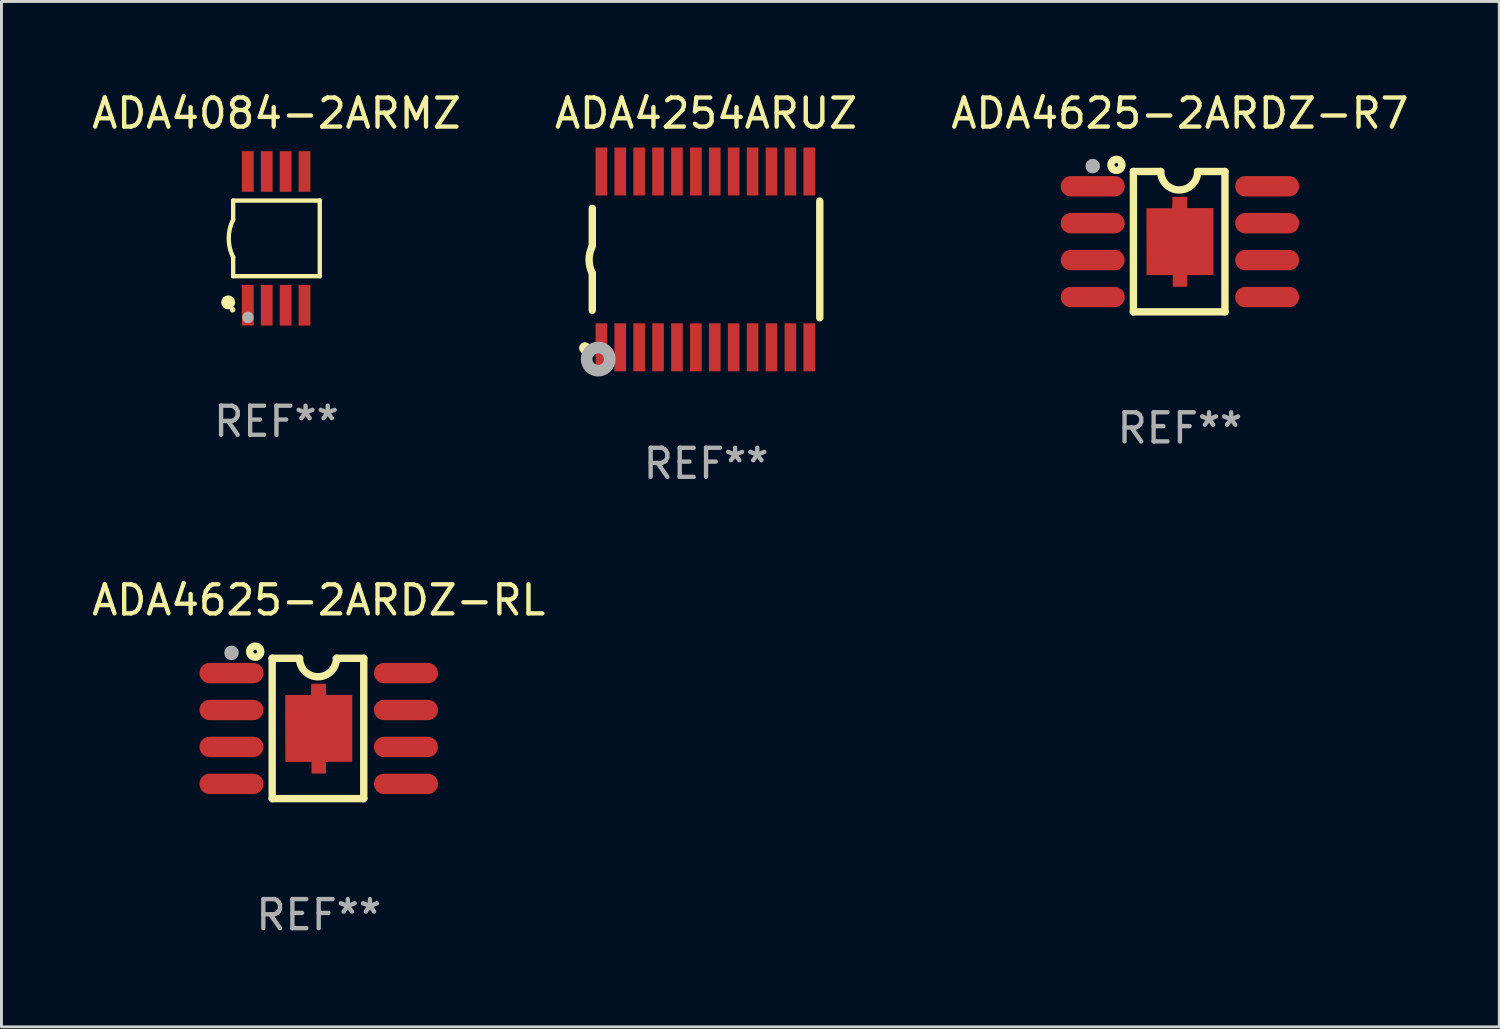
<source format=kicad_pcb>
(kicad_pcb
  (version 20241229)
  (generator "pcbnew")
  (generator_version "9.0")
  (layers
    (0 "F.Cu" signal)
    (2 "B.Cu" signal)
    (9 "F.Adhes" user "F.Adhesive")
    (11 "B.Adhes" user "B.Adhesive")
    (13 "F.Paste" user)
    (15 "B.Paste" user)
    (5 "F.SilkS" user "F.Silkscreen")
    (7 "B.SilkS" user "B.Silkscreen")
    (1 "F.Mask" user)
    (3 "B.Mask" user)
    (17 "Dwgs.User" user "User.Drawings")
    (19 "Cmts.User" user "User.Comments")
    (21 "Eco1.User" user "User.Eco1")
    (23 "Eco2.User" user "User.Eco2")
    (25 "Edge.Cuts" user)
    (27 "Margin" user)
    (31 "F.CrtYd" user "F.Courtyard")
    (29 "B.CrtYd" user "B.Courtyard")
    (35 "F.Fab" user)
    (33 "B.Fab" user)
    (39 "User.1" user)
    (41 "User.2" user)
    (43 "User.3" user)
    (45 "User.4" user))
  (footprint "ADA4625-2ARDZ-R7"
    (layer "F.Cu")
    (at 37.53 5.261)
    (property "Reference" "ADA4625-2ARDZ-R7" (at 0 -4.413 0) (layer "F.SilkS") (effects (font (size 1 1) (thickness 0.15))))
    (attr through_hole)
    (fp_line (start -1.6 -2.413) (end -1.6 2.413) (stroke (width 0.254) (type solid)) (layer "F.SilkS"))
    (fp_line (start -1.6 2.413) (end 1.549 2.413) (stroke (width 0.254) (type solid)) (layer "F.SilkS"))
    (fp_line (start -0.66 -2.413) (end -1.6 -2.413) (stroke (width 0.254) (type solid)) (layer "F.SilkS"))
    (fp_line (start 1.549 -2.413) (end 0.61 -2.413) (stroke (width 0.254) (type solid)) (layer "F.SilkS"))
    (fp_line (start 1.549 2.413) (end 1.549 -2.413) (stroke (width 0.254) (type solid)) (layer "F.SilkS"))
    (fp_arc (start 0.609601 -2.413005) (mid -0.0254 -1.778004) (end -0.660401 -2.413005) (stroke (width 0.254001) (type solid)) (layer "F.SilkS"))
    (fp_circle (center -3 -2.45) (end -2.97 -2.45) (stroke (width 0.06) (type solid)) (fill no) (layer "F.SilkS"))
    (fp_circle (center -2.184 -2.642) (end -1.994 -2.642) (stroke (width 0.254) (type solid)) (fill no) (layer "F.SilkS"))
    (fp_circle (center -3 -2.6) (end -2.875 -2.6) (stroke (width 0.25) (type solid)) (fill no) (layer "F.Fab"))
    (fp_text user "REF**" (at 0 6.413 0) (layer "F.Fab") (effects (font (size 1 1) (thickness 0.15))))
    (pad "1" smd oval (at -3 -1.905) (size 2.2 0.7) (layers "F.Cu" "F.Mask" "F.Paste"))
    (pad "2" smd oval (at -3 -0.635) (size 2.2 0.7) (layers "F.Cu" "F.Mask" "F.Paste"))
    (pad "3" smd oval (at -3 0.635) (size 2.2 0.7) (layers "F.Cu" "F.Mask" "F.Paste"))
    (pad "4" smd oval (at -3 1.905) (size 2.2 0.7) (layers "F.Cu" "F.Mask" "F.Paste"))
    (pad "5" smd oval (at 3 1.905) (size 2.2 0.7) (layers "F.Cu" "F.Mask" "F.Paste"))
    (pad "6" smd oval (at 3 0.635) (size 2.2 0.7) (layers "F.Cu" "F.Mask" "F.Paste"))
    (pad "7" smd oval (at 3 -0.635) (size 2.2 0.7) (layers "F.Cu" "F.Mask" "F.Paste"))
    (pad "8" smd oval (at 3 -1.905) (size 2.2 0.7) (layers "F.Cu" "F.Mask" "F.Paste"))
    (pad "9" smd custom (at 0.001 0.005) (size 2.305 3.092) (layers "F.Cu" "F.Mask" "F.Paste") (options (anchor circle)) (primitives (gr_poly (pts (xy -1.153 -1.156) (xy -0.269 -1.156) (xy -0.259 -1.546) (xy 0.244 -1.546) (xy 0.249 -1.161) (xy 1.152 -1.161) (xy 1.152 1.141) (xy 0.247 1.145) (xy 0.247 1.544) (xy -0.247 1.546) (xy -0.25 1.146) (xy -0.251 1.145) (xy -1.148 1.145)) (width 0) (fill yes)))))
  (footprint "ADA4625-2ARDZ-RL"
    (layer "F.Cu")
    (at 7.911 22.003)
    (property "Reference" "ADA4625-2ARDZ-RL" (at 0 -4.413 0) (layer "F.SilkS") (effects (font (size 1 1) (thickness 0.15))))
    (attr through_hole)
    (fp_line (start -1.6 -2.413) (end -1.6 2.413) (stroke (width 0.254) (type solid)) (layer "F.SilkS"))
    (fp_line (start -1.6 2.413) (end 1.549 2.413) (stroke (width 0.254) (type solid)) (layer "F.SilkS"))
    (fp_line (start -0.66 -2.413) (end -1.6 -2.413) (stroke (width 0.254) (type solid)) (layer "F.SilkS"))
    (fp_line (start 1.549 -2.413) (end 0.61 -2.413) (stroke (width 0.254) (type solid)) (layer "F.SilkS"))
    (fp_line (start 1.549 2.413) (end 1.549 -2.413) (stroke (width 0.254) (type solid)) (layer "F.SilkS"))
    (fp_arc (start 0.609601 -2.413005) (mid -0.0254 -1.778004) (end -0.660401 -2.413005) (stroke (width 0.254001) (type solid)) (layer "F.SilkS"))
    (fp_circle (center -3 -2.45) (end -2.97 -2.45) (stroke (width 0.06) (type solid)) (fill no) (layer "F.SilkS"))
    (fp_circle (center -2.184 -2.642) (end -1.994 -2.642) (stroke (width 0.254) (type solid)) (fill no) (layer "F.SilkS"))
    (fp_circle (center -3 -2.6) (end -2.875 -2.6) (stroke (width 0.25) (type solid)) (fill no) (layer "F.Fab"))
    (fp_text user "REF**" (at 0 6.413 0) (layer "F.Fab") (effects (font (size 1 1) (thickness 0.15))))
    (pad "1" smd oval (at -3 -1.905) (size 2.2 0.7) (layers "F.Cu" "F.Mask" "F.Paste"))
    (pad "2" smd oval (at -3 -0.635) (size 2.2 0.7) (layers "F.Cu" "F.Mask" "F.Paste"))
    (pad "3" smd oval (at -3 0.635) (size 2.2 0.7) (layers "F.Cu" "F.Mask" "F.Paste"))
    (pad "4" smd oval (at -3 1.905) (size 2.2 0.7) (layers "F.Cu" "F.Mask" "F.Paste"))
    (pad "5" smd oval (at 3 1.905) (size 2.2 0.7) (layers "F.Cu" "F.Mask" "F.Paste"))
    (pad "6" smd oval (at 3 0.635) (size 2.2 0.7) (layers "F.Cu" "F.Mask" "F.Paste"))
    (pad "7" smd oval (at 3 -0.635) (size 2.2 0.7) (layers "F.Cu" "F.Mask" "F.Paste"))
    (pad "8" smd oval (at 3 -1.905) (size 2.2 0.7) (layers "F.Cu" "F.Mask" "F.Paste"))
    (pad "9" smd custom (at 0.001 0.005) (size 2.305 3.092) (layers "F.Cu" "F.Mask" "F.Paste") (options (anchor circle)) (primitives (gr_poly (pts (xy -1.153 -1.156) (xy -0.269 -1.156) (xy -0.259 -1.546) (xy 0.244 -1.546) (xy 0.249 -1.161) (xy 1.152 -1.161) (xy 1.152 1.141) (xy 0.247 1.145) (xy 0.247 1.544) (xy -0.247 1.546) (xy -0.25 1.146) (xy -0.251 1.145) (xy -1.148 1.145)) (width 0) (fill yes)))))
  (footprint "ADA4254ARUZ"
    (layer "F.Cu")
    (at 21.232 5.871)
    (property "Reference" "ADA4254ARUZ" (at 0 -5.023 0) (layer "F.SilkS") (effects (font (size 1 1) (thickness 0.15))))
    (attr through_hole)
    (fp_line (start -3.912 -0.483) (end -3.912 -1.753) (stroke (width 0.254) (type solid)) (layer "F.SilkS"))
    (fp_line (start -3.912 1.753) (end -3.912 0.483) (stroke (width 0.254) (type solid)) (layer "F.SilkS"))
    (fp_line (start 3.912 -2.007) (end 3.912 2.007) (stroke (width 0.254) (type solid)) (layer "F.SilkS"))
    (fp_arc (start -3.911608 0.482601) (mid -4.022537 0.0127) (end -3.911608 -0.457201) (stroke (width 0.254001) (type solid)) (layer "F.SilkS"))
    (fp_circle (center -4.166 3.048) (end -4.066 3.048) (stroke (width 0.2) (type solid)) (fill no) (layer "F.SilkS"))
    (fp_circle (center -3.925 3.186) (end -3.895 3.186) (stroke (width 0.06) (type solid)) (fill no) (layer "F.SilkS"))
    (fp_circle (center -3.708 3.429) (end -3.509 3.429) (stroke (width 0.4) (type solid)) (fill no) (layer "F.Fab"))
    (fp_text user "REF**" (at 0 7.023 0) (layer "F.Fab") (effects (font (size 1 1) (thickness 0.15))))
    (pad "1" smd rect (at -3.6 3.023) (size 0.4 1.65) (layers "F.Cu" "F.Mask" "F.Paste"))
    (pad "2" smd rect (at -2.95 3.023) (size 0.4 1.65) (layers "F.Cu" "F.Mask" "F.Paste"))
    (pad "3" smd rect (at -2.3 3.023) (size 0.4 1.65) (layers "F.Cu" "F.Mask" "F.Paste"))
    (pad "4" smd rect (at -1.65 3.023) (size 0.4 1.65) (layers "F.Cu" "F.Mask" "F.Paste"))
    (pad "5" smd rect (at -1 3.023) (size 0.4 1.65) (layers "F.Cu" "F.Mask" "F.Paste"))
    (pad "6" smd rect (at -0.35 3.023) (size 0.4 1.65) (layers "F.Cu" "F.Mask" "F.Paste"))
    (pad "7" smd rect (at 0.299 3.023) (size 0.4 1.65) (layers "F.Cu" "F.Mask" "F.Paste"))
    (pad "8" smd rect (at 0.95 3.023) (size 0.4 1.65) (layers "F.Cu" "F.Mask" "F.Paste"))
    (pad "9" smd rect (at 1.6 3.023) (size 0.4 1.65) (layers "F.Cu" "F.Mask" "F.Paste"))
    (pad "10" smd rect (at 2.25 3.023) (size 0.4 1.65) (layers "F.Cu" "F.Mask" "F.Paste"))
    (pad "11" smd rect (at 2.9 3.023) (size 0.4 1.65) (layers "F.Cu" "F.Mask" "F.Paste"))
    (pad "12" smd rect (at 3.549 3.023) (size 0.4 1.65) (layers "F.Cu" "F.Mask" "F.Paste"))
    (pad "13" smd rect (at 3.549 -3.023) (size 0.4 1.65) (layers "F.Cu" "F.Mask" "F.Paste"))
    (pad "14" smd rect (at 2.9 -3.023) (size 0.4 1.65) (layers "F.Cu" "F.Mask" "F.Paste"))
    (pad "15" smd rect (at 2.25 -3.023) (size 0.4 1.65) (layers "F.Cu" "F.Mask" "F.Paste"))
    (pad "16" smd rect (at 1.6 -3.023) (size 0.4 1.65) (layers "F.Cu" "F.Mask" "F.Paste"))
    (pad "17" smd rect (at 0.95 -3.023) (size 0.4 1.65) (layers "F.Cu" "F.Mask" "F.Paste"))
    (pad "18" smd rect (at 0.299 -3.023) (size 0.4 1.65) (layers "F.Cu" "F.Mask" "F.Paste"))
    (pad "19" smd rect (at -0.35 -3.023) (size 0.4 1.65) (layers "F.Cu" "F.Mask" "F.Paste"))
    (pad "20" smd rect (at -1 -3.023) (size 0.4 1.65) (layers "F.Cu" "F.Mask" "F.Paste"))
    (pad "21" smd rect (at -1.65 -3.023) (size 0.4 1.65) (layers "F.Cu" "F.Mask" "F.Paste"))
    (pad "22" smd rect (at -2.3 -3.023) (size 0.4 1.65) (layers "F.Cu" "F.Mask" "F.Paste"))
    (pad "23" smd rect (at -2.95 -3.023) (size 0.4 1.65) (layers "F.Cu" "F.Mask" "F.Paste"))
    (pad "24" smd rect (at -3.6 -3.023) (size 0.4 1.65) (layers "F.Cu" "F.Mask" "F.Paste")))
  (footprint "ADA4084-2ARMZ"
    (layer "F.Cu")
    (at 6.458 5.148)
    (property "Reference" "ADA4084-2ARMZ" (at 0 -4.3 0) (layer "F.SilkS") (effects (font (size 1 1) (thickness 0.15))))
    (attr through_hole)
    (fp_line (start -1.489 -1.3) (end -1.489 -0.648) (stroke (width 0.15) (type solid)) (layer "F.SilkS"))
    (fp_line (start -1.489 0.648) (end -1.489 1.3) (stroke (width 0.15) (type solid)) (layer "F.SilkS"))
    (fp_line (start -1.489 1.3) (end 1.489 1.3) (stroke (width 0.15) (type solid)) (layer "F.SilkS"))
    (fp_line (start 1.489 -1.3) (end -1.489 -1.3) (stroke (width 0.15) (type solid)) (layer "F.SilkS"))
    (fp_line (start 1.489 1.3) (end 1.489 -1.3) (stroke (width 0.15) (type solid)) (layer "F.SilkS"))
    (fp_arc (start -1.489205 0.647702) (mid -1.642107 0) (end -1.489205 -0.647701) (stroke (width 0.150013) (type solid)) (layer "F.SilkS"))
    (fp_circle (center -1.661 2.2) (end -1.541 2.2) (stroke (width 0.24) (type solid)) (fill no) (layer "F.SilkS"))
    (fp_circle (center -1.511 2.45) (end -1.461 2.45) (stroke (width 0.1) (type solid)) (fill no) (layer "F.SilkS"))
    (fp_circle (center -0.981 2.72) (end -0.881 2.72) (stroke (width 0.2) (type solid)) (fill no) (layer "F.Fab"))
    (fp_text user "REF**" (at 0 6.3 0) (layer "F.Fab") (effects (font (size 1 1) (thickness 0.15))))
    (pad "1" smd rect (at -0.986 2.3) (size 0.406 1.397) (layers "F.Cu" "F.Mask" "F.Paste"))
    (pad "2" smd rect (at -0.336 2.3) (size 0.406 1.397) (layers "F.Cu" "F.Mask" "F.Paste"))
    (pad "3" smd rect (at 0.314 2.3) (size 0.406 1.397) (layers "F.Cu" "F.Mask" "F.Paste"))
    (pad "4" smd rect (at 0.964 2.3) (size 0.406 1.397) (layers "F.Cu" "F.Mask" "F.Paste"))
    (pad "5" smd rect (at 0.964 -2.3) (size 0.406 1.397) (layers "F.Cu" "F.Mask" "F.Paste"))
    (pad "6" smd rect (at 0.314 -2.3) (size 0.406 1.397) (layers "F.Cu" "F.Mask" "F.Paste"))
    (pad "7" smd rect (at -0.336 -2.3) (size 0.406 1.397) (layers "F.Cu" "F.Mask" "F.Paste"))
    (pad "8" smd rect (at -0.986 -2.3) (size 0.406 1.397) (layers "F.Cu" "F.Mask" "F.Paste")))
  (gr_rect
    (start -3 -3)
    (end 48.512 32.264)
    (stroke (width 0.1) (type default))
    (fill no)
    (layer "Edge.Cuts")))
</source>
